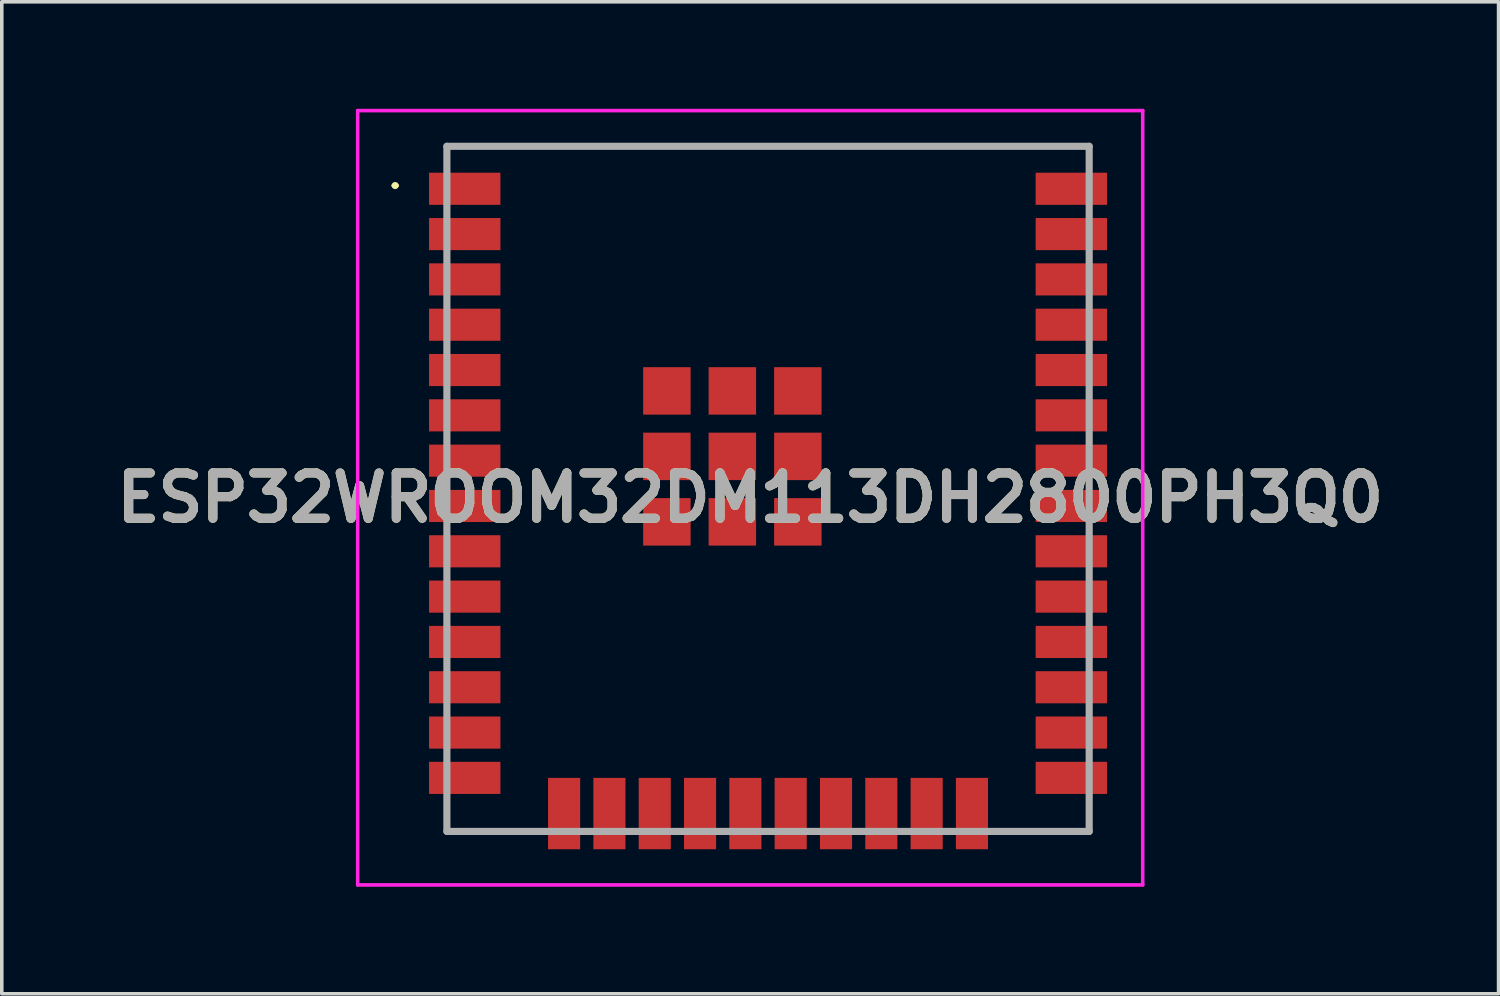
<source format=kicad_pcb>
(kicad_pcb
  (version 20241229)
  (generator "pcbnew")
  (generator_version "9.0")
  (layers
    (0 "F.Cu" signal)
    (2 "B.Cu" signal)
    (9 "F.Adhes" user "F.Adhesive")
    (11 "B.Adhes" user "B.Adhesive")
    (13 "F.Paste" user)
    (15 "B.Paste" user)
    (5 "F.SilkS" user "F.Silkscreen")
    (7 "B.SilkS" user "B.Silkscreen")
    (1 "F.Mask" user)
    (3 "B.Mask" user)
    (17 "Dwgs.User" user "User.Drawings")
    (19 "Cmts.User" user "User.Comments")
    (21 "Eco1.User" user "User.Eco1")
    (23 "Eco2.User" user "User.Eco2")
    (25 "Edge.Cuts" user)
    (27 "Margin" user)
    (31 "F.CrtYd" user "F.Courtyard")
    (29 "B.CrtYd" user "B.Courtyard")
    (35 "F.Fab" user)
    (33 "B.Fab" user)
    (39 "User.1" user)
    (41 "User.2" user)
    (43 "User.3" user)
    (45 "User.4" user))
  (footprint "ESP32WROOM32DM113DH2800PH3Q0"
    (layer "F.Cu")
    (at 18.474 10.65)
    (property "Reference" "ESP32WROOM32DM113DH2800PH3Q0" (at -0.5 0.25 0) (layer "F.SilkS") (effects (font (size 1.27 1.27) (thickness 0.254))))
    (attr smd)
    (fp_line (start -10.5 -8.5) (end -10.5 -8.5) (stroke (width 0.1) (type solid)) (layer "F.SilkS"))
    (fp_line (start -10.4 -8.5) (end -10.4 -8.5) (stroke (width 0.1) (type solid)) (layer "F.SilkS"))
    (fp_line (start -9 -9.6) (end 9 -9.6) (stroke (width 0.1) (type solid)) (layer "F.SilkS"))
    (fp_line (start -9 9) (end -9 9.6) (stroke (width 0.1) (type solid)) (layer "F.SilkS"))
    (fp_line (start -9 9.6) (end -6.5 9.6) (stroke (width 0.1) (type solid)) (layer "F.SilkS"))
    (fp_line (start 6.5 9.6) (end 9 9.6) (stroke (width 0.1) (type solid)) (layer "F.SilkS"))
    (fp_line (start 9 9.6) (end 9 9) (stroke (width 0.1) (type solid)) (layer "F.SilkS"))
    (fp_arc (start -10.5 -8.5) (mid -10.45 -8.55) (end -10.4 -8.5) (stroke (width 0.1) (type solid)) (layer "F.SilkS"))
    (fp_arc (start -10.4 -8.5) (mid -10.45 -8.45) (end -10.5 -8.5) (stroke (width 0.1) (type solid)) (layer "F.SilkS"))
    (fp_line (start -11.5 -10.6) (end 10.5 -10.6) (stroke (width 0.1) (type solid)) (layer "F.CrtYd"))
    (fp_line (start -11.5 11.1) (end -11.5 -10.6) (stroke (width 0.1) (type solid)) (layer "F.CrtYd"))
    (fp_line (start 10.5 -10.6) (end 10.5 11.1) (stroke (width 0.1) (type solid)) (layer "F.CrtYd"))
    (fp_line (start 10.5 11.1) (end -11.5 11.1) (stroke (width 0.1) (type solid)) (layer "F.CrtYd"))
    (fp_line (start -9 -9.6) (end 9 -9.6) (stroke (width 0.2) (type solid)) (layer "F.Fab"))
    (fp_line (start -9 9.6) (end -9 -9.6) (stroke (width 0.2) (type solid)) (layer "F.Fab"))
    (fp_line (start 9 -9.6) (end 9 9.6) (stroke (width 0.2) (type solid)) (layer "F.Fab"))
    (fp_line (start 9 9.6) (end -9 9.6) (stroke (width 0.2) (type solid)) (layer "F.Fab"))
    (fp_text user "${REFERENCE}" (at -0.5 0.25 0) (layer "F.Fab") (effects (font (size 1.27 1.27) (thickness 0.254))))
    (pad "1" smd rect (at -8.5 -8.41 90) (size 0.9 2) (layers "F.Cu" "F.Mask" "F.Paste"))
    (pad "2" smd rect (at -8.5 -7.14 90) (size 0.9 2) (layers "F.Cu" "F.Mask" "F.Paste"))
    (pad "3" smd rect (at -8.5 -5.87 90) (size 0.9 2) (layers "F.Cu" "F.Mask" "F.Paste"))
    (pad "4" smd rect (at -8.5 -4.6 90) (size 0.9 2) (layers "F.Cu" "F.Mask" "F.Paste"))
    (pad "5" smd rect (at -8.5 -3.33 90) (size 0.9 2) (layers "F.Cu" "F.Mask" "F.Paste"))
    (pad "6" smd rect (at -8.5 -2.06 90) (size 0.9 2) (layers "F.Cu" "F.Mask" "F.Paste"))
    (pad "7" smd rect (at -8.5 -0.79 90) (size 0.9 2) (layers "F.Cu" "F.Mask" "F.Paste"))
    (pad "8" smd rect (at -8.5 0.48 90) (size 0.9 2) (layers "F.Cu" "F.Mask" "F.Paste"))
    (pad "9" smd rect (at -8.5 1.75 90) (size 0.9 2) (layers "F.Cu" "F.Mask" "F.Paste"))
    (pad "10" smd rect (at -8.5 3.02 90) (size 0.9 2) (layers "F.Cu" "F.Mask" "F.Paste"))
    (pad "11" smd rect (at -8.5 4.29 90) (size 0.9 2) (layers "F.Cu" "F.Mask" "F.Paste"))
    (pad "12" smd rect (at -8.5 5.56 90) (size 0.9 2) (layers "F.Cu" "F.Mask" "F.Paste"))
    (pad "13" smd rect (at -8.5 6.83 90) (size 0.9 2) (layers "F.Cu" "F.Mask" "F.Paste"))
    (pad "14" smd rect (at -8.5 8.1 90) (size 0.9 2) (layers "F.Cu" "F.Mask" "F.Paste"))
    (pad "15" smd rect (at -5.715 9.1) (size 0.9 2) (layers "F.Cu" "F.Mask" "F.Paste"))
    (pad "16" smd rect (at -4.445 9.1) (size 0.9 2) (layers "F.Cu" "F.Mask" "F.Paste"))
    (pad "17" smd rect (at -3.175 9.1) (size 0.9 2) (layers "F.Cu" "F.Mask" "F.Paste"))
    (pad "18" smd rect (at -1.905 9.1) (size 0.9 2) (layers "F.Cu" "F.Mask" "F.Paste"))
    (pad "19" smd rect (at -0.635 9.1) (size 0.9 2) (layers "F.Cu" "F.Mask" "F.Paste"))
    (pad "20" smd rect (at 0.635 9.1) (size 0.9 2) (layers "F.Cu" "F.Mask" "F.Paste"))
    (pad "21" smd rect (at 1.905 9.1) (size 0.9 2) (layers "F.Cu" "F.Mask" "F.Paste"))
    (pad "22" smd rect (at 3.175 9.1) (size 0.9 2) (layers "F.Cu" "F.Mask" "F.Paste"))
    (pad "23" smd rect (at 4.445 9.1) (size 0.9 2) (layers "F.Cu" "F.Mask" "F.Paste"))
    (pad "24" smd rect (at 5.715 9.1) (size 0.9 2) (layers "F.Cu" "F.Mask" "F.Paste"))
    (pad "25" smd rect (at 8.5 8.1 90) (size 0.9 2) (layers "F.Cu" "F.Mask" "F.Paste"))
    (pad "26" smd rect (at 8.5 6.83 90) (size 0.9 2) (layers "F.Cu" "F.Mask" "F.Paste"))
    (pad "27" smd rect (at 8.5 5.56 90) (size 0.9 2) (layers "F.Cu" "F.Mask" "F.Paste"))
    (pad "28" smd rect (at 8.5 4.29 90) (size 0.9 2) (layers "F.Cu" "F.Mask" "F.Paste"))
    (pad "29" smd rect (at 8.5 3.02 90) (size 0.9 2) (layers "F.Cu" "F.Mask" "F.Paste"))
    (pad "30" smd rect (at 8.5 1.75 90) (size 0.9 2) (layers "F.Cu" "F.Mask" "F.Paste"))
    (pad "31" smd rect (at 8.5 0.48 90) (size 0.9 2) (layers "F.Cu" "F.Mask" "F.Paste"))
    (pad "32" smd rect (at 8.5 -0.79 90) (size 0.9 2) (layers "F.Cu" "F.Mask" "F.Paste"))
    (pad "33" smd rect (at 8.5 -2.06 90) (size 0.9 2) (layers "F.Cu" "F.Mask" "F.Paste"))
    (pad "34" smd rect (at 8.5 -3.33 90) (size 0.9 2) (layers "F.Cu" "F.Mask" "F.Paste"))
    (pad "35" smd rect (at 8.5 -4.6 90) (size 0.9 2) (layers "F.Cu" "F.Mask" "F.Paste"))
    (pad "36" smd rect (at 8.5 -5.87 90) (size 0.9 2) (layers "F.Cu" "F.Mask" "F.Paste"))
    (pad "37" smd rect (at 8.5 -7.14 90) (size 0.9 2) (layers "F.Cu" "F.Mask" "F.Paste"))
    (pad "38" smd rect (at 8.5 -8.41 90) (size 0.9 2) (layers "F.Cu" "F.Mask" "F.Paste"))
    (pad "39" smd rect (at -2.835 -2.745) (size 1.33 1.33) (layers "F.Cu" "F.Mask" "F.Paste"))
    (pad "40" smd rect (at -1 -2.745) (size 1.33 1.33) (layers "F.Cu" "F.Mask" "F.Paste"))
    (pad "41" smd rect (at 0.835 -2.745) (size 1.33 1.33) (layers "F.Cu" "F.Mask" "F.Paste"))
    (pad "42" smd rect (at -2.835 -0.91) (size 1.33 1.33) (layers "F.Cu" "F.Mask" "F.Paste"))
    (pad "43" smd rect (at -1 -0.91) (size 1.33 1.33) (layers "F.Cu" "F.Mask" "F.Paste"))
    (pad "44" smd rect (at 0.835 -0.91) (size 1.33 1.33) (layers "F.Cu" "F.Mask" "F.Paste"))
    (pad "45" smd rect (at -2.835 0.925) (size 1.33 1.33) (layers "F.Cu" "F.Mask" "F.Paste"))
    (pad "46" smd rect (at -1 0.925) (size 1.33 1.33) (layers "F.Cu" "F.Mask" "F.Paste"))
    (pad "47" smd rect (at 0.835 0.925) (size 1.33 1.33) (layers "F.Cu" "F.Mask" "F.Paste")))
  (gr_rect
    (start -3 -3)
    (end 38.947 24.8)
    (stroke (width 0.1) (type default))
    (fill no)
    (layer "Edge.Cuts")))
</source>
